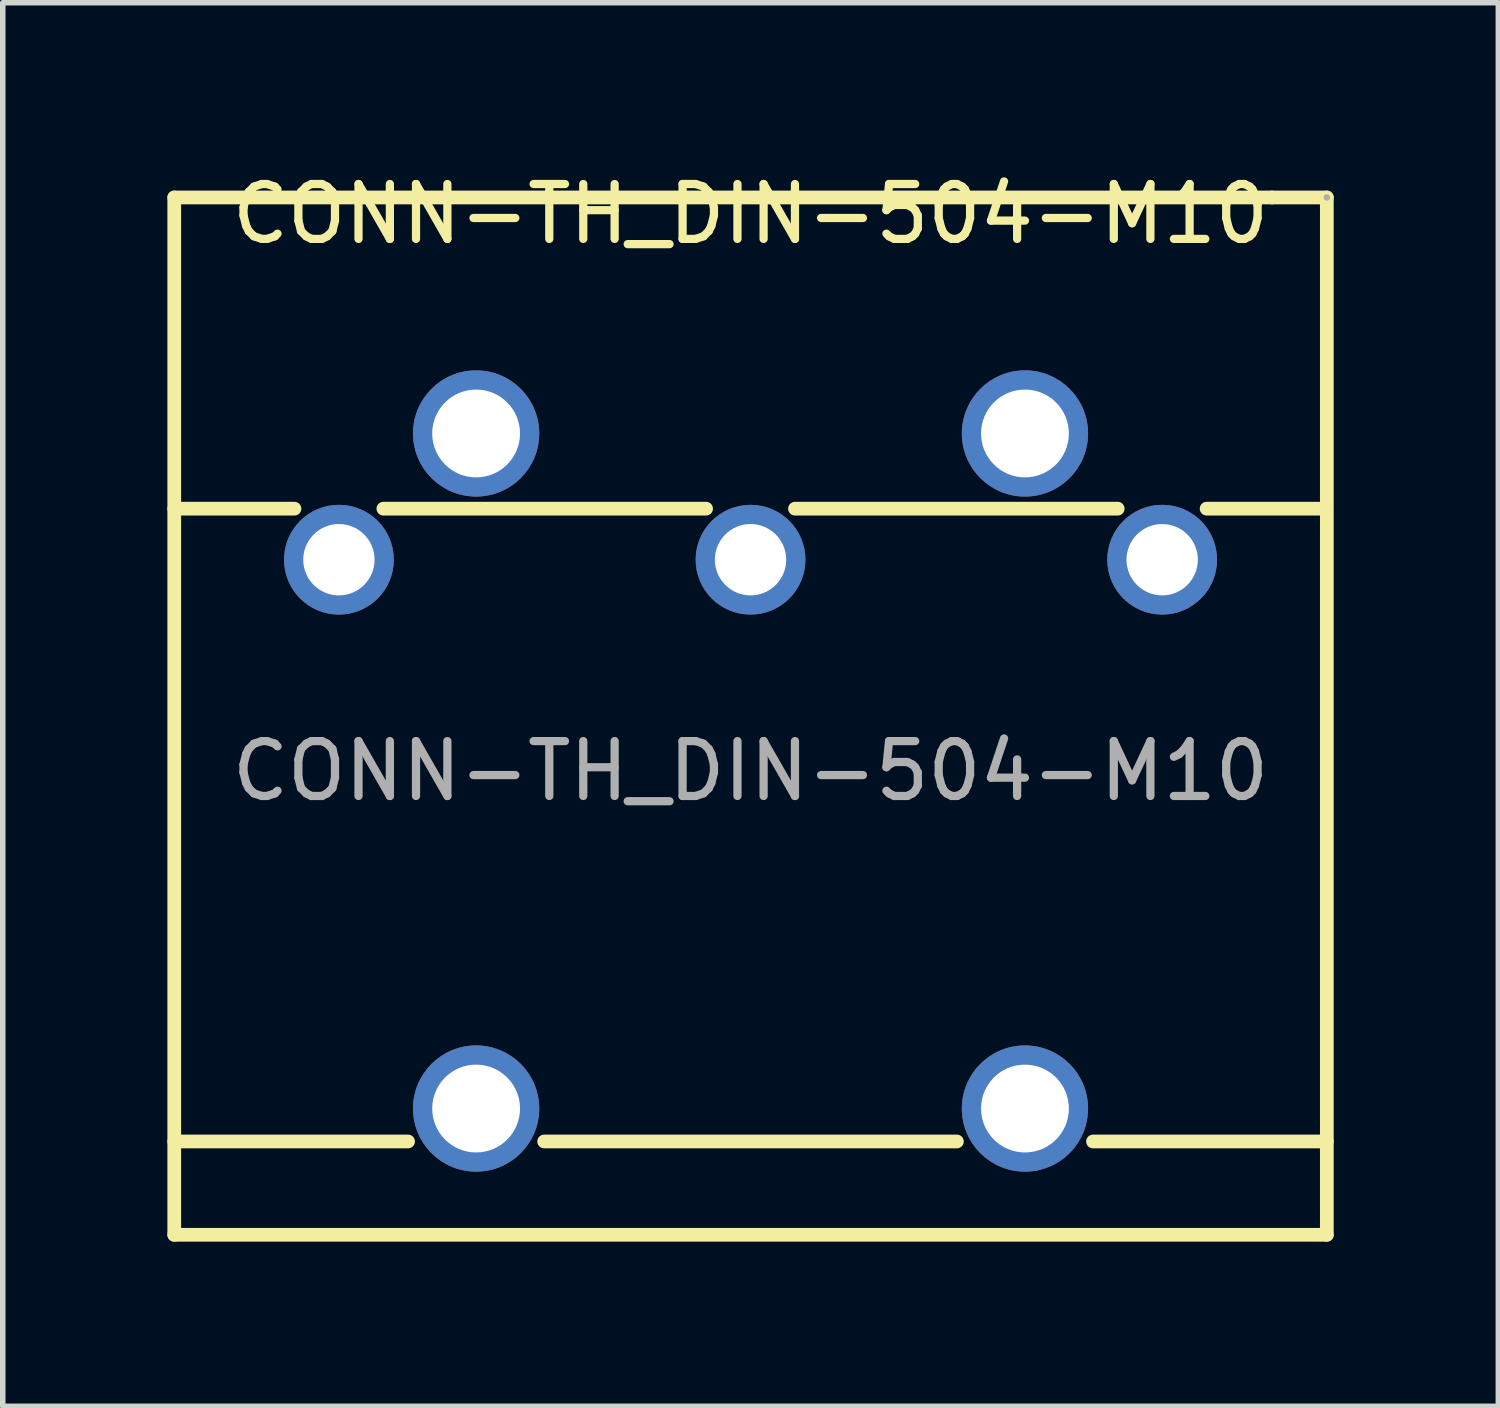
<source format=kicad_pcb>
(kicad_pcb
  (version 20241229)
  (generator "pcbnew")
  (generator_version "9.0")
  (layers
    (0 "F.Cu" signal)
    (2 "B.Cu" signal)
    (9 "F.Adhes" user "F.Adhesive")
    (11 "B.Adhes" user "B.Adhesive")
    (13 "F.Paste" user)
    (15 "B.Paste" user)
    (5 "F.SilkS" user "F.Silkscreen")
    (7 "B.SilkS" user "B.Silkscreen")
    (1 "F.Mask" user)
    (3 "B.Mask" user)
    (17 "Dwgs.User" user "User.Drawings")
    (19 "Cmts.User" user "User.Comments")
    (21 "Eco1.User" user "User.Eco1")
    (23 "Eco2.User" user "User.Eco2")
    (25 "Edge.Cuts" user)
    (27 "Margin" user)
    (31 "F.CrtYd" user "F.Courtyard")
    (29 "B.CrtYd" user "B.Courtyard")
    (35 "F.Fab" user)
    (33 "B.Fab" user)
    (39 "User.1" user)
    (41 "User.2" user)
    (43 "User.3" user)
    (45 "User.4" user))
  (footprint "CONN-TH_DIN-504-M10"
    (layer "F.Cu")
    (at 10.625 10.998)
    (property "Reference" "CONN-TH_DIN-504-M10" (at 0 -10.15 0) (layer "F.SilkS") (effects (font (size 1 1) (thickness 0.15))))
    (attr through_hole)
    (fp_line (start -10.5 -10.45) (end 9.5 -10.45) (stroke (width 0.25) (type solid)) (layer "F.SilkS"))
    (fp_line (start -10.5 8.45) (end -10.5 -10.45) (stroke (width 0.25) (type solid)) (layer "F.SilkS"))
    (fp_line (start -10.5 8.45) (end 10.5 8.45) (stroke (width 0.25) (type solid)) (layer "F.SilkS"))
    (fp_line (start -8.31 -4.78) (end -10.5 -4.78) (stroke (width 0.25) (type solid)) (layer "F.SilkS"))
    (fp_line (start -6.24 6.75) (end -10.5 6.75) (stroke (width 0.25) (type solid)) (layer "F.SilkS"))
    (fp_line (start -0.81 -4.78) (end -6.69 -4.78) (stroke (width 0.25) (type solid)) (layer "F.SilkS"))
    (fp_line (start 3.76 6.75) (end -3.76 6.75) (stroke (width 0.25) (type solid)) (layer "F.SilkS"))
    (fp_line (start 6.69 -4.78) (end 0.81 -4.78) (stroke (width 0.25) (type solid)) (layer "F.SilkS"))
    (fp_line (start 9.5 -10.45) (end 10.5 -10.45) (stroke (width 0.25) (type solid)) (layer "F.SilkS"))
    (fp_line (start 10.49 -4.78) (end 8.31 -4.78) (stroke (width 0.25) (type solid)) (layer "F.SilkS"))
    (fp_line (start 10.5 6.75) (end 6.24 6.75) (stroke (width 0.25) (type solid)) (layer "F.SilkS"))
    (fp_line (start 10.5 8.45) (end 10.5 -10.45) (stroke (width 0.25) (type solid)) (layer "F.SilkS"))
    (fp_circle (center 10.5 -10.45) (end 10.53 -10.45) (stroke (width 0.06) (type solid)) (fill no) (layer "F.Fab"))
    (fp_text user "${REFERENCE}" (at 0 0 0) (layer "F.Fab") (effects (font (size 1 1) (thickness 0.15))))
    (pad "1" thru_hole circle (at 7.5 -3.85 90) (size 2 2) (drill 1.3) (layers "*.Cu" "*.Mask"))
    (pad "2" thru_hole circle (at 0 -3.85 90) (size 2 2) (drill 1.3) (layers "*.Cu" "*.Mask"))
    (pad "3" thru_hole circle (at -7.5 -3.85 90) (size 2 2) (drill 1.3) (layers "*.Cu" "*.Mask"))
    (pad "4" thru_hole circle (at 5 -6.15 90) (size 2.3 2.3) (drill 1.6) (layers "*.Cu" "*.Mask"))
    (pad "5" thru_hole circle (at -5 -6.15 90) (size 2.3 2.3) (drill 1.6) (layers "*.Cu" "*.Mask"))
    (pad "6" thru_hole circle (at 5 6.15 90) (size 2.3 2.3) (drill 1.6) (layers "*.Cu" "*.Mask"))
    (pad "7" thru_hole circle (at -5 6.15 90) (size 2.3 2.3) (drill 1.6) (layers "*.Cu" "*.Mask")))
  (gr_rect
    (start -3 -3)
    (end 24.25 22.573)
    (stroke (width 0.1) (type default))
    (fill no)
    (layer "Edge.Cuts")))
</source>
